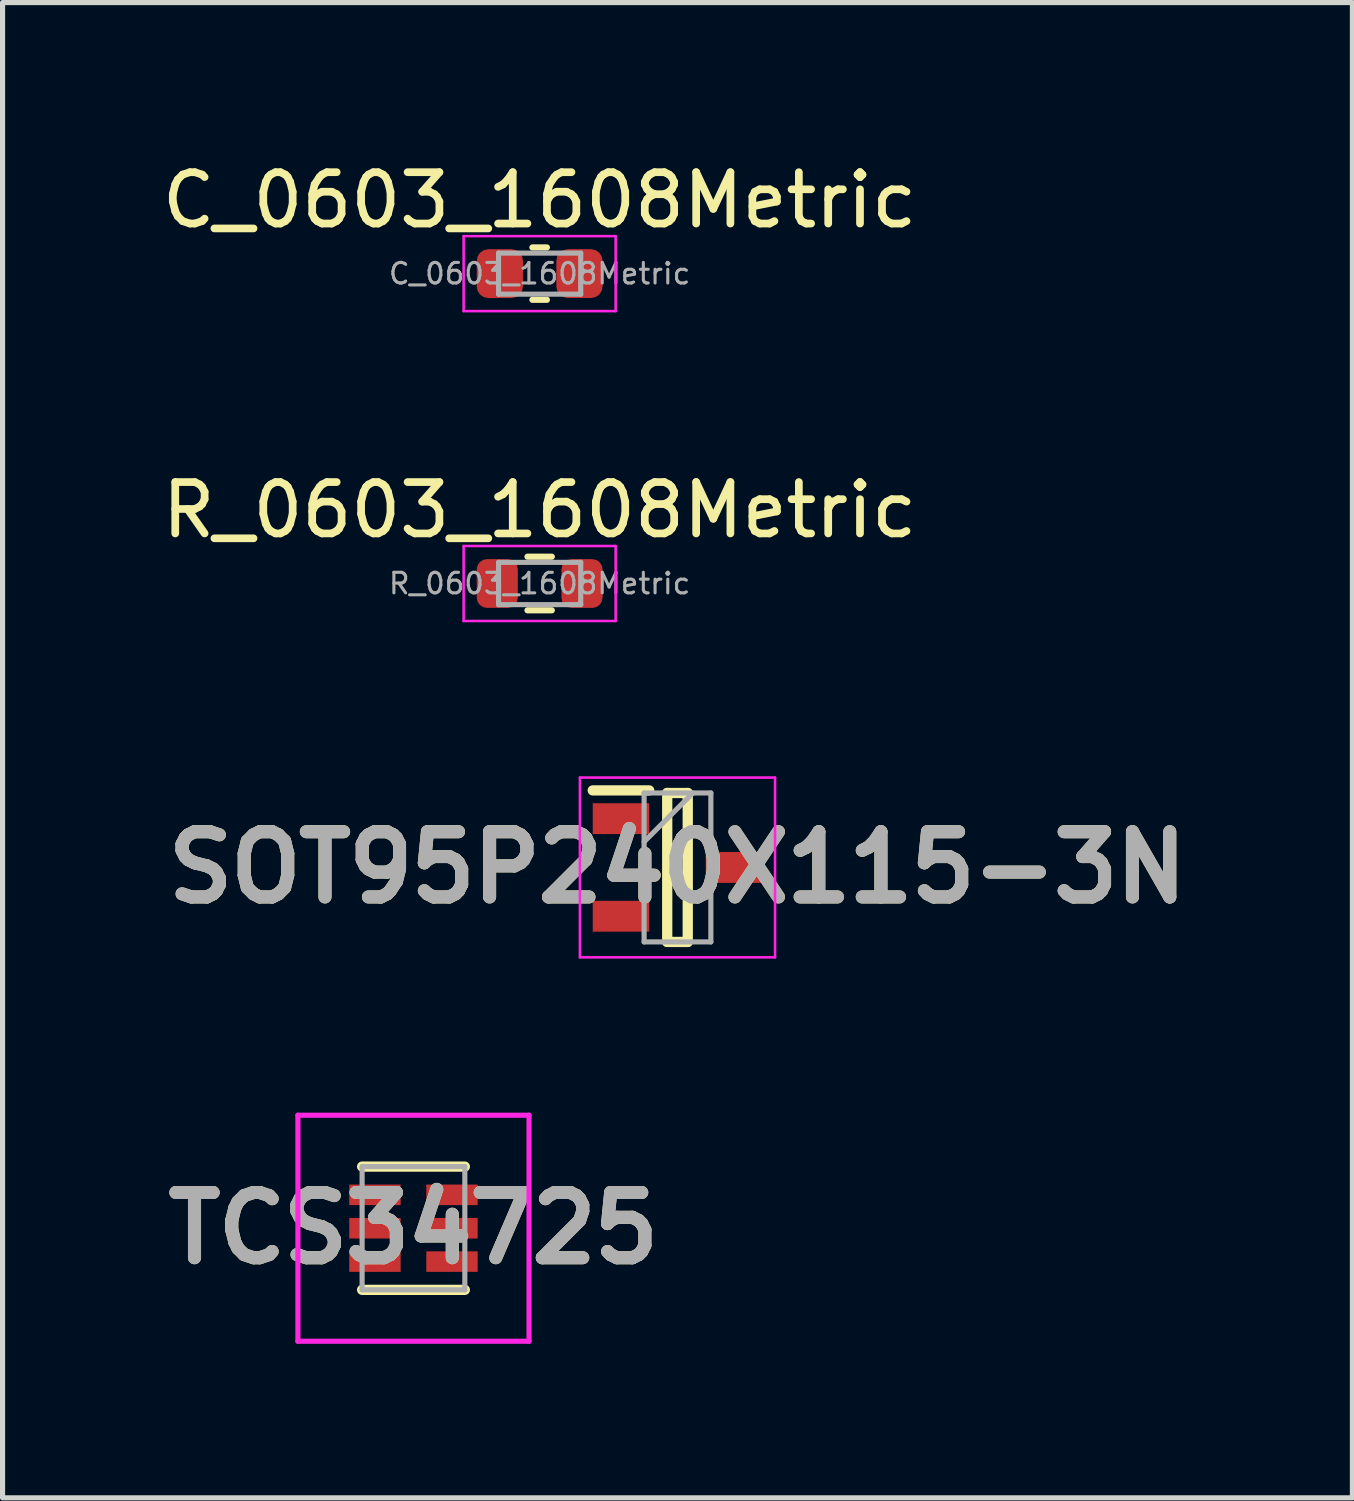
<source format=kicad_pcb>
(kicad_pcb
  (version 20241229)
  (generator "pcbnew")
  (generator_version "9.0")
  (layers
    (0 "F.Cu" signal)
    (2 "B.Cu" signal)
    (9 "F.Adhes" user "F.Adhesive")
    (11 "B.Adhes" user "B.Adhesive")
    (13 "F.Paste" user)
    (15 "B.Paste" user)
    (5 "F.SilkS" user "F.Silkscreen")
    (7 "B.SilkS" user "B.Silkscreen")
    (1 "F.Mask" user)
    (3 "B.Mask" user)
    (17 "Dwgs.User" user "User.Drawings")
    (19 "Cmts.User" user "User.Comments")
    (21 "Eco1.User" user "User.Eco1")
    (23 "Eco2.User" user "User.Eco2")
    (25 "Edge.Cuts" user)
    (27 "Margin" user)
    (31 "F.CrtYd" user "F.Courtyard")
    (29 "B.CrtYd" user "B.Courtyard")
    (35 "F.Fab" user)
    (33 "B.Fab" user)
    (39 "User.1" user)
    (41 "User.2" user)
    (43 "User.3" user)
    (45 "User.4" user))
  (footprint "C_0603_1608Metric"
    (layer "F.Cu")
    (at 7.458 2.278)
    (property "Reference" "C_0603_1608Metric" (at 0 -1.43 0) (layer "F.SilkS") (effects (font (size 1 1) (thickness 0.15))))
    (attr smd)
    (fp_line (start -0.141 -0.51) (end 0.141 -0.51) (stroke (width 0.12) (type solid)) (layer "F.SilkS"))
    (fp_line (start -0.141 0.51) (end 0.141 0.51) (stroke (width 0.12) (type solid)) (layer "F.SilkS"))
    (fp_line (start -1.48 -0.73) (end 1.48 -0.73) (stroke (width 0.05) (type solid)) (layer "F.CrtYd"))
    (fp_line (start -1.48 0.73) (end -1.48 -0.73) (stroke (width 0.05) (type solid)) (layer "F.CrtYd"))
    (fp_line (start 1.48 -0.73) (end 1.48 0.73) (stroke (width 0.05) (type solid)) (layer "F.CrtYd"))
    (fp_line (start 1.48 0.73) (end -1.48 0.73) (stroke (width 0.05) (type solid)) (layer "F.CrtYd"))
    (fp_line (start -0.8 -0.4) (end 0.8 -0.4) (stroke (width 0.1) (type solid)) (layer "F.Fab"))
    (fp_line (start -0.8 0.4) (end -0.8 -0.4) (stroke (width 0.1) (type solid)) (layer "F.Fab"))
    (fp_line (start 0.8 -0.4) (end 0.8 0.4) (stroke (width 0.1) (type solid)) (layer "F.Fab"))
    (fp_line (start 0.8 0.4) (end -0.8 0.4) (stroke (width 0.1) (type solid)) (layer "F.Fab"))
    (fp_text user "${REFERENCE}" (at 0 0 0) (layer "F.Fab") (effects (font (size 0.4 0.4) (thickness 0.06))))
    (pad "1" smd roundrect (at -0.775 0 180) (size 0.9 0.95) (layers "F.Cu" "F.Mask" "F.Paste") (roundrect_rratio 0.25))
    (pad "2" smd roundrect (at 0.775 0 180) (size 0.9 0.95) (layers "F.Cu" "F.Mask" "F.Paste") (roundrect_rratio 0.25)))
  (footprint "SOT95P240X115-3N"
    (layer "F.Cu")
    (at 10.142 13.841)
    (property "Reference" "SOT95P240X115-3N" (at 0 0 0) (layer "F.SilkS") (effects (font (size 1.27 1.27) (thickness 0.254))))
    (attr smd)
    (fp_line (start -1.65 -1.5) (end -0.55 -1.5) (stroke (width 0.2) (type solid)) (layer "F.SilkS"))
    (fp_line (start -0.2 -1.45) (end 0.2 -1.45) (stroke (width 0.2) (type solid)) (layer "F.SilkS"))
    (fp_line (start -0.2 1.45) (end -0.2 -1.45) (stroke (width 0.2) (type solid)) (layer "F.SilkS"))
    (fp_line (start 0.2 -1.45) (end 0.2 1.45) (stroke (width 0.2) (type solid)) (layer "F.SilkS"))
    (fp_line (start 0.2 1.45) (end -0.2 1.45) (stroke (width 0.2) (type solid)) (layer "F.SilkS"))
    (fp_line (start -1.9 -1.75) (end 1.9 -1.75) (stroke (width 0.05) (type solid)) (layer "F.CrtYd"))
    (fp_line (start -1.9 1.75) (end -1.9 -1.75) (stroke (width 0.05) (type solid)) (layer "F.CrtYd"))
    (fp_line (start 1.9 -1.75) (end 1.9 1.75) (stroke (width 0.05) (type solid)) (layer "F.CrtYd"))
    (fp_line (start 1.9 1.75) (end -1.9 1.75) (stroke (width 0.05) (type solid)) (layer "F.CrtYd"))
    (fp_line (start -0.65 -1.45) (end 0.65 -1.45) (stroke (width 0.1) (type solid)) (layer "F.Fab"))
    (fp_line (start -0.65 -0.5) (end 0.3 -1.45) (stroke (width 0.1) (type solid)) (layer "F.Fab"))
    (fp_line (start -0.65 1.45) (end -0.65 -1.45) (stroke (width 0.1) (type solid)) (layer "F.Fab"))
    (fp_line (start 0.65 -1.45) (end 0.65 1.45) (stroke (width 0.1) (type solid)) (layer "F.Fab"))
    (fp_line (start 0.65 1.45) (end -0.65 1.45) (stroke (width 0.1) (type solid)) (layer "F.Fab"))
    (fp_text user "${REFERENCE}" (at 0 0 0) (layer "F.Fab") (effects (font (size 1.27 1.27) (thickness 0.254))))
    (pad "1" smd rect (at -1.1 -0.95 90) (size 0.6 1.1) (layers "F.Cu" "F.Mask" "F.Paste"))
    (pad "2" smd rect (at -1.1 0.95 90) (size 0.6 1.1) (layers "F.Cu" "F.Mask" "F.Paste"))
    (pad "3" smd rect (at 1.1 0 90) (size 0.6 1.1) (layers "F.Cu" "F.Mask" "F.Paste")))
  (footprint "R_0603_1608Metric"
    (layer "F.Cu")
    (at 7.458 8.312)
    (property "Reference" "R_0603_1608Metric" (at 0 -1.43 0) (layer "F.SilkS") (effects (font (size 1 1) (thickness 0.15))))
    (attr smd)
    (fp_line (start -0.237 -0.522) (end 0.237 -0.522) (stroke (width 0.12) (type solid)) (layer "F.SilkS"))
    (fp_line (start -0.237 0.522) (end 0.237 0.522) (stroke (width 0.12) (type solid)) (layer "F.SilkS"))
    (fp_line (start -1.48 -0.73) (end 1.48 -0.73) (stroke (width 0.05) (type solid)) (layer "F.CrtYd"))
    (fp_line (start -1.48 0.73) (end -1.48 -0.73) (stroke (width 0.05) (type solid)) (layer "F.CrtYd"))
    (fp_line (start 1.48 -0.73) (end 1.48 0.73) (stroke (width 0.05) (type solid)) (layer "F.CrtYd"))
    (fp_line (start 1.48 0.73) (end -1.48 0.73) (stroke (width 0.05) (type solid)) (layer "F.CrtYd"))
    (fp_line (start -0.8 -0.412) (end 0.8 -0.412) (stroke (width 0.1) (type solid)) (layer "F.Fab"))
    (fp_line (start -0.8 0.412) (end -0.8 -0.412) (stroke (width 0.1) (type solid)) (layer "F.Fab"))
    (fp_line (start 0.8 -0.412) (end 0.8 0.412) (stroke (width 0.1) (type solid)) (layer "F.Fab"))
    (fp_line (start 0.8 0.412) (end -0.8 0.412) (stroke (width 0.1) (type solid)) (layer "F.Fab"))
    (fp_text user "${REFERENCE}" (at 0 0 0) (layer "F.Fab") (effects (font (size 0.4 0.4) (thickness 0.06))))
    (pad "1" smd roundrect (at -0.825 0 180) (size 0.8 0.95) (layers "F.Cu" "F.Mask" "F.Paste") (roundrect_rratio 0.25))
    (pad "2" smd roundrect (at 0.825 0 180) (size 0.8 0.95) (layers "F.Cu" "F.Mask" "F.Paste") (roundrect_rratio 0.25)))
  (footprint "TCS34725"
    (layer "F.Cu")
    (at 5.001 20.866)
    (property "Reference" "TCS34725" (at 0 0 0) (layer "F.SilkS") (effects (font (size 1.27 1.27) (thickness 0.254))))
    (attr smd)
    (fp_line (start -1.7 -0.65) (end -1.7 -0.65) (stroke (width 0.1) (type solid)) (layer "F.SilkS"))
    (fp_line (start -1.6 -0.65) (end -1.6 -0.65) (stroke (width 0.1) (type solid)) (layer "F.SilkS"))
    (fp_line (start -1 -1.2) (end 1 -1.2) (stroke (width 0.2) (type solid)) (layer "F.SilkS"))
    (fp_line (start -1 1.2) (end 1 1.2) (stroke (width 0.2) (type solid)) (layer "F.SilkS"))
    (fp_arc (start -1.7 -0.65) (mid -1.65 -0.7) (end -1.6 -0.65) (stroke (width 0.1) (type solid)) (layer "F.SilkS"))
    (fp_arc (start -1.6 -0.65) (mid -1.65 -0.6) (end -1.7 -0.65) (stroke (width 0.1) (type solid)) (layer "F.SilkS"))
    (fp_line (start -2.25 -2.2) (end 2.25 -2.2) (stroke (width 0.1) (type solid)) (layer "F.CrtYd"))
    (fp_line (start -2.25 2.2) (end -2.25 -2.2) (stroke (width 0.1) (type solid)) (layer "F.CrtYd"))
    (fp_line (start 2.25 -2.2) (end 2.25 2.2) (stroke (width 0.1) (type solid)) (layer "F.CrtYd"))
    (fp_line (start 2.25 2.2) (end -2.25 2.2) (stroke (width 0.1) (type solid)) (layer "F.CrtYd"))
    (fp_line (start -1 -1.2) (end 1 -1.2) (stroke (width 0.1) (type solid)) (layer "F.Fab"))
    (fp_line (start -1 1.2) (end -1 -1.2) (stroke (width 0.1) (type solid)) (layer "F.Fab"))
    (fp_line (start 1 -1.2) (end 1 1.2) (stroke (width 0.1) (type solid)) (layer "F.Fab"))
    (fp_line (start 1 1.2) (end -1 1.2) (stroke (width 0.1) (type solid)) (layer "F.Fab"))
    (fp_text user "${REFERENCE}" (at 0 0 0) (layer "F.Fab") (effects (font (size 1.27 1.27) (thickness 0.254))))
    (pad "1" smd rect (at -0.75 -0.65 90) (size 0.4 1) (layers "F.Cu" "F.Mask" "F.Paste"))
    (pad "2" smd rect (at -0.75 0 90) (size 0.4 1) (layers "F.Cu" "F.Mask" "F.Paste"))
    (pad "3" smd rect (at -0.75 0.65 90) (size 0.4 1) (layers "F.Cu" "F.Mask" "F.Paste"))
    (pad "4" smd rect (at 0.75 0.65 90) (size 0.4 1) (layers "F.Cu" "F.Mask" "F.Paste"))
    (pad "5" smd rect (at 0.75 0 90) (size 0.4 1) (layers "F.Cu" "F.Mask" "F.Paste"))
    (pad "6" smd rect (at 0.75 -0.65 90) (size 0.4 1) (layers "F.Cu" "F.Mask" "F.Paste")))
  (gr_rect
    (start -3 -3)
    (end 23.284 26.116)
    (stroke (width 0.1) (type default))
    (fill no)
    (layer "Edge.Cuts")))
</source>
